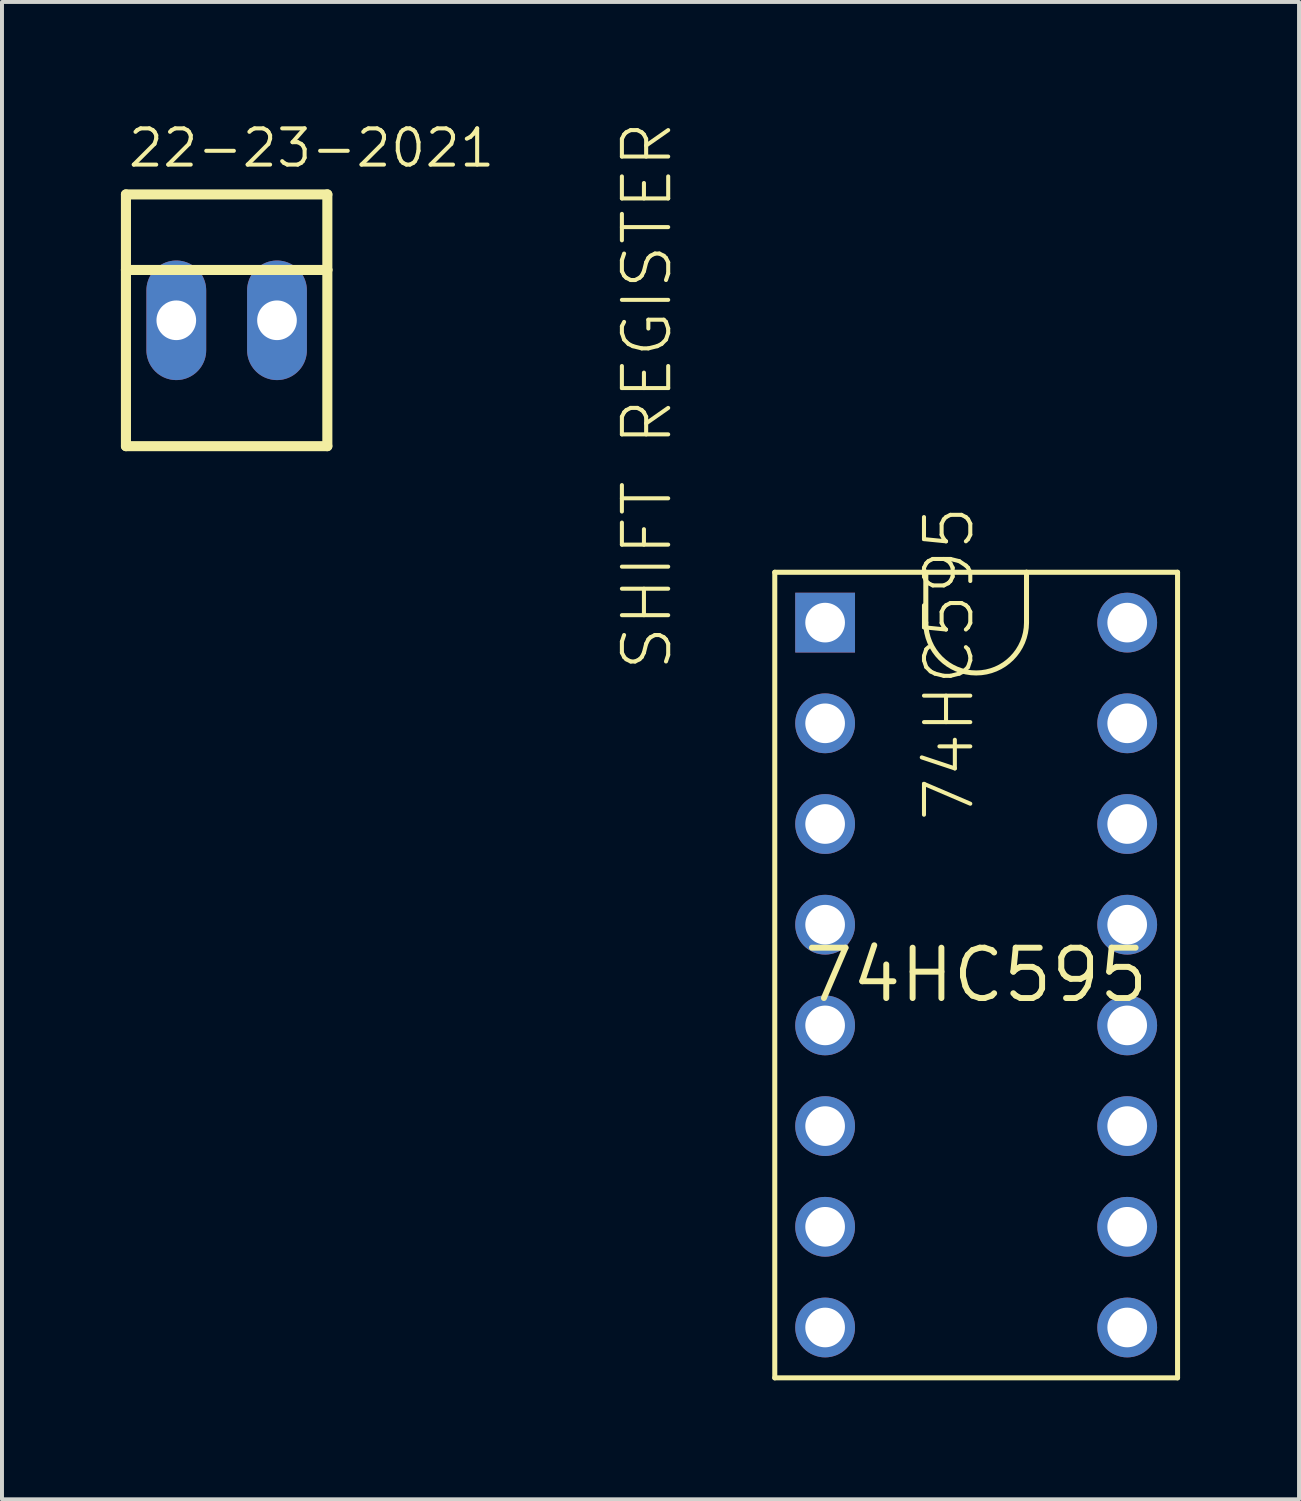
<source format=kicad_pcb>
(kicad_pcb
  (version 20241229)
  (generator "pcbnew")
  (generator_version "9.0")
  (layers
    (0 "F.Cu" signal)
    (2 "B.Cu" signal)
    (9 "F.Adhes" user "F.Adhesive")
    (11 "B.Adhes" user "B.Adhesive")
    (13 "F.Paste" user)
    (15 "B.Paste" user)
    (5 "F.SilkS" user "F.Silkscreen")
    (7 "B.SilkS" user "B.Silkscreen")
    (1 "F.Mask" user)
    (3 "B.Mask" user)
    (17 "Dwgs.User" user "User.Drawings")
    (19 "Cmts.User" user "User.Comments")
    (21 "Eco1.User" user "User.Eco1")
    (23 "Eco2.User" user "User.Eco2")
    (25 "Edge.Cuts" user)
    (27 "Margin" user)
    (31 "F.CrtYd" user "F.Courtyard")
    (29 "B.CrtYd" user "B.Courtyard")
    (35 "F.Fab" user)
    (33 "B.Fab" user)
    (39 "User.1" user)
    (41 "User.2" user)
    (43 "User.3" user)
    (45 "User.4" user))
  (footprint "74HC595"
    (layer "F.Cu")
    (at 21.573 21.545)
    (property "Reference" "74HC595" (at 0 0 0) (layer "F.SilkS") (effects (font (size 1.27 1.27) (thickness 0.15))))
    (fp_line (start -5.08 -10.16) (end -5.08 10.16) (stroke (width 0.127) (type solid)) (layer "F.SilkS"))
    (fp_line (start -5.08 10.16) (end 5.08 10.16) (stroke (width 0.127) (type solid)) (layer "F.SilkS"))
    (fp_line (start -1.27 -10.16) (end -5.08 -10.16) (stroke (width 0.127) (type solid)) (layer "F.SilkS"))
    (fp_line (start -1.27 -10.16) (end -1.27 -8.89) (stroke (width 0.127) (type solid)) (layer "F.SilkS"))
    (fp_line (start 1.27 -10.16) (end -1.27 -10.16) (stroke (width 0.127) (type solid)) (layer "F.SilkS"))
    (fp_line (start 1.27 -10.16) (end 1.27 -8.89) (stroke (width 0.127) (type solid)) (layer "F.SilkS"))
    (fp_line (start 5.08 -10.16) (end 1.27 -10.16) (stroke (width 0.127) (type solid)) (layer "F.SilkS"))
    (fp_line (start 5.08 10.16) (end 5.08 -10.16) (stroke (width 0.127) (type solid)) (layer "F.SilkS"))
    (fp_arc (start 1.27 -8.89) (mid 0 -7.62) (end -1.27 -8.89) (stroke (width 0.127) (type solid)) (layer "F.SilkS"))
    (fp_text user "74HC595" (at 0 -3.81 270) (layer "F.SilkS") (effects (font (size 1.168 1.168) (thickness 0.102)) (justify left bottom)))
    (fp_text user "SHIFT REGISTER" (at -7.62 -7.62 270) (layer "F.SilkS") (effects (font (size 1.168 1.168) (thickness 0.102)) (justify left bottom)))
    (pad "P$1" thru_hole rect (at -3.81 -8.89) (size 1.508 1.508) (drill 1) (layers "*.Cu" "*.Mask"))
    (pad "P$2" thru_hole circle (at -3.81 -6.35) (size 1.508 1.508) (drill 1) (layers "*.Cu" "*.Mask"))
    (pad "P$3" thru_hole circle (at -3.81 -3.81) (size 1.508 1.508) (drill 1) (layers "*.Cu" "*.Mask"))
    (pad "P$4" thru_hole circle (at -3.81 -1.27) (size 1.508 1.508) (drill 1) (layers "*.Cu" "*.Mask"))
    (pad "P$5" thru_hole circle (at -3.81 1.27) (size 1.508 1.508) (drill 1) (layers "*.Cu" "*.Mask"))
    (pad "P$6" thru_hole circle (at -3.81 3.81) (size 1.508 1.508) (drill 1) (layers "*.Cu" "*.Mask"))
    (pad "P$7" thru_hole circle (at -3.81 6.35) (size 1.508 1.508) (drill 1) (layers "*.Cu" "*.Mask"))
    (pad "P$8" thru_hole circle (at -3.81 8.89) (size 1.508 1.508) (drill 1) (layers "*.Cu" "*.Mask"))
    (pad "P$9" thru_hole circle (at 3.81 8.89) (size 1.508 1.508) (drill 1) (layers "*.Cu" "*.Mask"))
    (pad "P$10" thru_hole circle (at 3.81 6.35) (size 1.508 1.508) (drill 1) (layers "*.Cu" "*.Mask"))
    (pad "P$11" thru_hole circle (at 3.81 3.81) (size 1.508 1.508) (drill 1) (layers "*.Cu" "*.Mask"))
    (pad "P$12" thru_hole circle (at 3.81 1.27) (size 1.508 1.508) (drill 1) (layers "*.Cu" "*.Mask"))
    (pad "P$13" thru_hole circle (at 3.81 -1.27) (size 1.508 1.508) (drill 1) (layers "*.Cu" "*.Mask"))
    (pad "P$14" thru_hole circle (at 3.81 -3.81) (size 1.508 1.508) (drill 1) (layers "*.Cu" "*.Mask"))
    (pad "P$15" thru_hole circle (at 3.81 -6.35) (size 1.508 1.508) (drill 1) (layers "*.Cu" "*.Mask"))
    (pad "P$16" thru_hole circle (at 3.81 -8.89) (size 1.508 1.508) (drill 1) (layers "*.Cu" "*.Mask")))
  (footprint "22-23-2021"
    (layer "F.Cu")
    (at 2.667 5.029)
    (property "Reference" "22-23-2021" (at -2.54 -3.81 0) (layer "F.SilkS") (effects (font (size 0.914 0.914) (thickness 0.102)) (justify left bottom)))
    (fp_line (start -2.54 -3.175) (end 2.54 -3.175) (stroke (width 0.254) (type solid)) (layer "F.SilkS"))
    (fp_line (start -2.54 -1.27) (end -2.54 -3.175) (stroke (width 0.254) (type solid)) (layer "F.SilkS"))
    (fp_line (start -2.54 -1.27) (end 2.54 -1.27) (stroke (width 0.254) (type solid)) (layer "F.SilkS"))
    (fp_line (start -2.54 3.175) (end -2.54 -1.27) (stroke (width 0.254) (type solid)) (layer "F.SilkS"))
    (fp_line (start 2.54 -3.175) (end 2.54 -1.27) (stroke (width 0.254) (type solid)) (layer "F.SilkS"))
    (fp_line (start 2.54 -1.27) (end 2.54 3.175) (stroke (width 0.254) (type solid)) (layer "F.SilkS"))
    (fp_line (start 2.54 3.175) (end -2.54 3.175) (stroke (width 0.254) (type solid)) (layer "F.SilkS"))
    (pad "1" thru_hole oval (at -1.27 0 90) (size 3.016 1.508) (drill 1) (layers "*.Cu" "*.Mask"))
    (pad "2" thru_hole oval (at 1.27 0 90) (size 3.016 1.508) (drill 1) (layers "*.Cu" "*.Mask")))
  (gr_rect
    (start -3 -3)
    (end 29.717 34.769)
    (stroke (width 0.1) (type default))
    (fill no)
    (layer "Edge.Cuts")))
</source>
